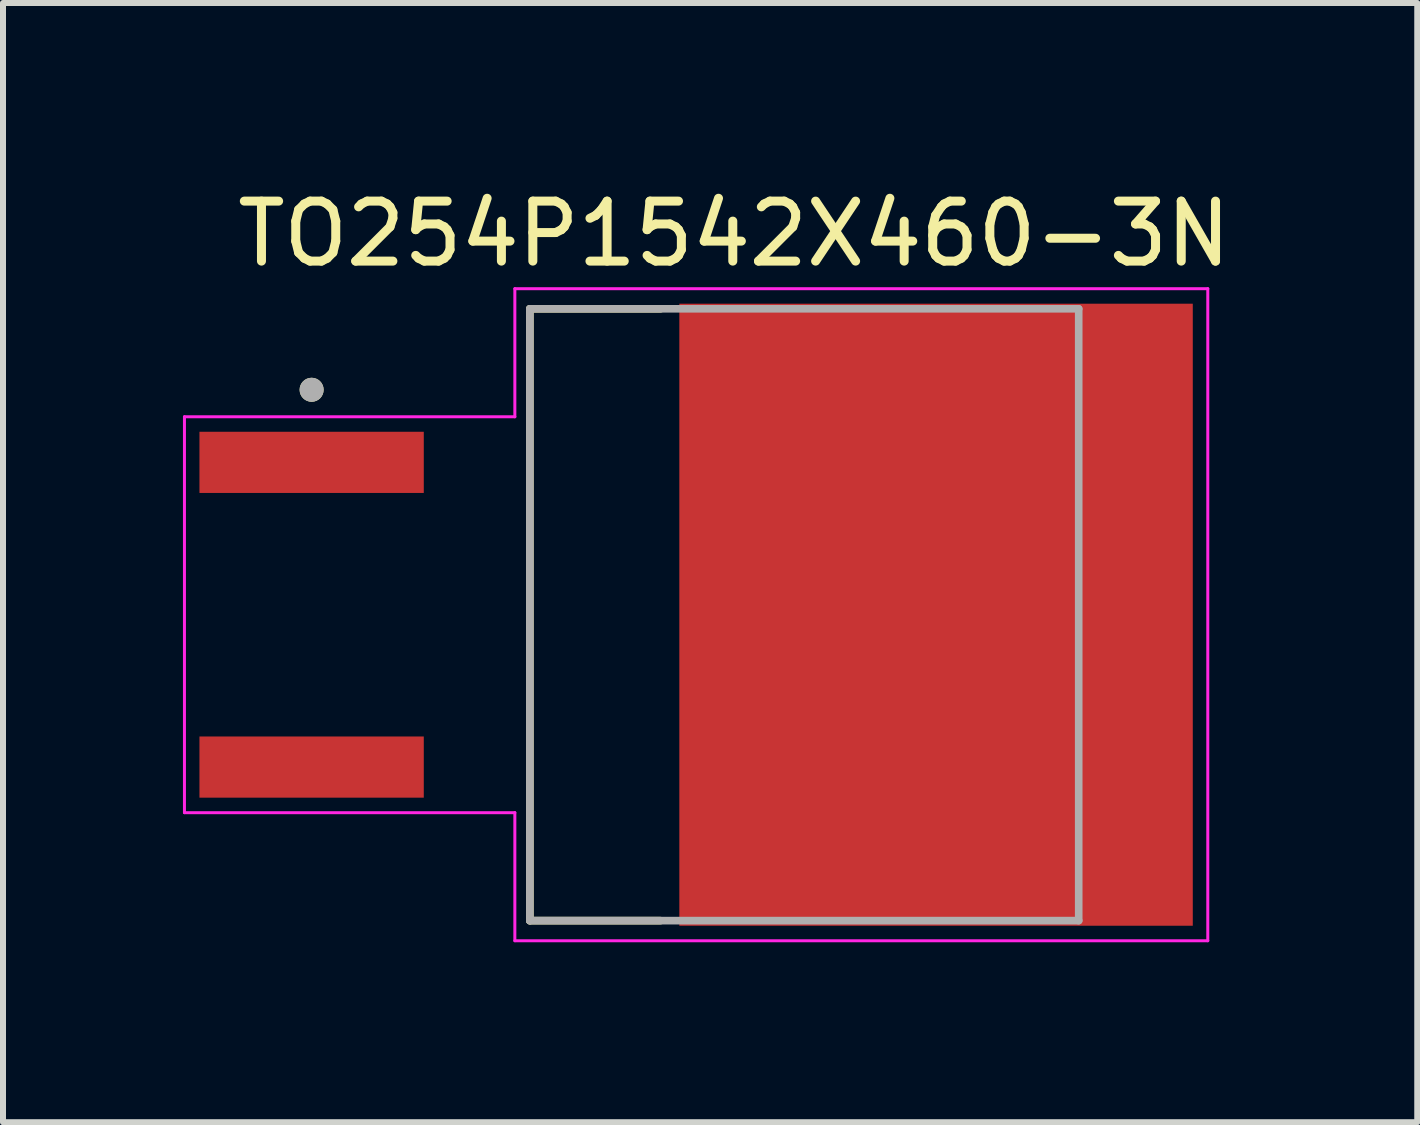
<source format=kicad_pcb>
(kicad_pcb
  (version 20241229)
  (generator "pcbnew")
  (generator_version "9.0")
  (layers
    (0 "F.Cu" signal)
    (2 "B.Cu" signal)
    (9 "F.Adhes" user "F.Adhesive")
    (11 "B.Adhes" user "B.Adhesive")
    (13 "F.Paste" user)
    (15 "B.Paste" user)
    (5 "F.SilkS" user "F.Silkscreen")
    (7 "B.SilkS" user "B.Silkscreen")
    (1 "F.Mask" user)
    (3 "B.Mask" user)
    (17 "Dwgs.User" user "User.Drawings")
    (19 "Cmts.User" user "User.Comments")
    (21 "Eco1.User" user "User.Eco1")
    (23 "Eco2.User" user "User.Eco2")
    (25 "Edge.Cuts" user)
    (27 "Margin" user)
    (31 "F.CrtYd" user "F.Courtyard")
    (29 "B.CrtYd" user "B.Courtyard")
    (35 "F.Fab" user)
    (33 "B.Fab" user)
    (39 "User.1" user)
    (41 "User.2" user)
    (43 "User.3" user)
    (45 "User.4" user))
  (footprint "TO254P1542X460-3N"
    (layer "F.Cu")
    (at 8.555 7.198)
    (property "Reference" "TO254P1542X460-3N" (at 0.635 -6.35 0) (layer "F.SilkS") (effects (font (size 1 1) (thickness 0.15))))
    (attr smd)
    (fp_line (start -2.772 -5.1) (end -0.594 -5.1) (stroke (width 0.127) (type solid)) (layer "F.SilkS"))
    (fp_line (start -2.772 5.1) (end -2.772 -5.1) (stroke (width 0.127) (type solid)) (layer "F.SilkS"))
    (fp_line (start -2.772 5.1) (end -0.594 5.1) (stroke (width 0.127) (type solid)) (layer "F.SilkS"))
    (fp_circle (center -6.41 -3.75) (end -6.31 -3.75) (stroke (width 0.2) (type solid)) (fill no) (layer "F.SilkS"))
    (fp_poly (pts (xy 0.15 -4.855) (xy 1.43 -4.855) (xy 1.43 -3.465) (xy 0.15 -3.465)) (stroke (width 0.01) (type solid)) (fill yes) (layer "F.Paste"))
    (fp_poly (pts (xy 0.15 -2.775) (xy 1.43 -2.775) (xy 1.43 -1.385) (xy 0.15 -1.385)) (stroke (width 0.01) (type solid)) (fill yes) (layer "F.Paste"))
    (fp_poly (pts (xy 0.15 -0.695) (xy 1.43 -0.695) (xy 1.43 0.695) (xy 0.15 0.695)) (stroke (width 0.01) (type solid)) (fill yes) (layer "F.Paste"))
    (fp_poly (pts (xy 0.15 1.385) (xy 1.43 1.385) (xy 1.43 2.775) (xy 0.15 2.775)) (stroke (width 0.01) (type solid)) (fill yes) (layer "F.Paste"))
    (fp_poly (pts (xy 0.15 3.465) (xy 1.43 3.465) (xy 1.43 4.855) (xy 0.15 4.855)) (stroke (width 0.01) (type solid)) (fill yes) (layer "F.Paste"))
    (fp_poly (pts (xy 2.29 -4.855) (xy 3.57 -4.855) (xy 3.57 -3.465) (xy 2.29 -3.465)) (stroke (width 0.01) (type solid)) (fill yes) (layer "F.Paste"))
    (fp_poly (pts (xy 2.29 -2.775) (xy 3.57 -2.775) (xy 3.57 -1.385) (xy 2.29 -1.385)) (stroke (width 0.01) (type solid)) (fill yes) (layer "F.Paste"))
    (fp_poly (pts (xy 2.29 -0.695) (xy 3.57 -0.695) (xy 3.57 0.695) (xy 2.29 0.695)) (stroke (width 0.01) (type solid)) (fill yes) (layer "F.Paste"))
    (fp_poly (pts (xy 2.29 1.385) (xy 3.57 1.385) (xy 3.57 2.775) (xy 2.29 2.775)) (stroke (width 0.01) (type solid)) (fill yes) (layer "F.Paste"))
    (fp_poly (pts (xy 2.29 3.465) (xy 3.57 3.465) (xy 3.57 4.855) (xy 2.29 4.855)) (stroke (width 0.01) (type solid)) (fill yes) (layer "F.Paste"))
    (fp_poly (pts (xy 4.43 -4.855) (xy 5.71 -4.855) (xy 5.71 -3.465) (xy 4.43 -3.465)) (stroke (width 0.01) (type solid)) (fill yes) (layer "F.Paste"))
    (fp_poly (pts (xy 4.43 -2.775) (xy 5.71 -2.775) (xy 5.71 -1.385) (xy 4.43 -1.385)) (stroke (width 0.01) (type solid)) (fill yes) (layer "F.Paste"))
    (fp_poly (pts (xy 4.43 -0.695) (xy 5.71 -0.695) (xy 5.71 0.695) (xy 4.43 0.695)) (stroke (width 0.01) (type solid)) (fill yes) (layer "F.Paste"))
    (fp_poly (pts (xy 4.43 1.385) (xy 5.71 1.385) (xy 5.71 2.775) (xy 4.43 2.775)) (stroke (width 0.01) (type solid)) (fill yes) (layer "F.Paste"))
    (fp_poly (pts (xy 4.43 3.465) (xy 5.71 3.465) (xy 5.71 4.855) (xy 4.43 4.855)) (stroke (width 0.01) (type solid)) (fill yes) (layer "F.Paste"))
    (fp_poly (pts (xy 6.57 -4.855) (xy 7.85 -4.855) (xy 7.85 -3.465) (xy 6.57 -3.465)) (stroke (width 0.01) (type solid)) (fill yes) (layer "F.Paste"))
    (fp_poly (pts (xy 6.57 -2.775) (xy 7.85 -2.775) (xy 7.85 -1.385) (xy 6.57 -1.385)) (stroke (width 0.01) (type solid)) (fill yes) (layer "F.Paste"))
    (fp_poly (pts (xy 6.57 -0.695) (xy 7.85 -0.695) (xy 7.85 0.695) (xy 6.57 0.695)) (stroke (width 0.01) (type solid)) (fill yes) (layer "F.Paste"))
    (fp_poly (pts (xy 6.57 1.385) (xy 7.85 1.385) (xy 7.85 2.775) (xy 6.57 2.775)) (stroke (width 0.01) (type solid)) (fill yes) (layer "F.Paste"))
    (fp_poly (pts (xy 6.57 3.465) (xy 7.85 3.465) (xy 7.85 4.855) (xy 6.57 4.855)) (stroke (width 0.01) (type solid)) (fill yes) (layer "F.Paste"))
    (fp_line (start -8.53 -3.3) (end -3.022 -3.3) (stroke (width 0.05) (type solid)) (layer "F.CrtYd"))
    (fp_line (start -8.53 3.3) (end -8.53 -3.3) (stroke (width 0.05) (type solid)) (layer "F.CrtYd"))
    (fp_line (start -3.022 -5.435) (end 8.53 -5.435) (stroke (width 0.05) (type solid)) (layer "F.CrtYd"))
    (fp_line (start -3.022 -3.3) (end -3.022 -5.435) (stroke (width 0.05) (type solid)) (layer "F.CrtYd"))
    (fp_line (start -3.022 3.3) (end -8.53 3.3) (stroke (width 0.05) (type solid)) (layer "F.CrtYd"))
    (fp_line (start -3.022 5.435) (end -3.022 3.3) (stroke (width 0.05) (type solid)) (layer "F.CrtYd"))
    (fp_line (start 8.53 -5.435) (end 8.53 5.435) (stroke (width 0.05) (type solid)) (layer "F.CrtYd"))
    (fp_line (start 8.53 5.435) (end -3.022 5.435) (stroke (width 0.05) (type solid)) (layer "F.CrtYd"))
    (fp_line (start -2.772 -5.1) (end 6.378 -5.1) (stroke (width 0.127) (type solid)) (layer "F.Fab"))
    (fp_line (start -2.772 5.1) (end -2.772 -5.1) (stroke (width 0.127) (type solid)) (layer "F.Fab"))
    (fp_line (start 6.378 -5.1) (end 6.378 5.1) (stroke (width 0.127) (type solid)) (layer "F.Fab"))
    (fp_line (start 6.378 5.1) (end -2.772 5.1) (stroke (width 0.127) (type solid)) (layer "F.Fab"))
    (fp_circle (center -6.41 -3.75) (end -6.31 -3.75) (stroke (width 0.2) (type solid)) (fill no) (layer "F.Fab"))
    (pad "1" smd rect (at -6.41 -2.54) (size 3.74 1.02) (layers "F.Cu" "F.Mask" "F.Paste"))
    (pad "2" smd rect (at -6.41 2.54) (size 3.74 1.02) (layers "F.Cu" "F.Mask" "F.Paste"))
    (pad "3" smd rect (at 4 0) (size 8.56 10.37) (layers "F.Cu" "F.Mask")))
  (gr_rect
    (start -3 -3)
    (end 20.577 15.658)
    (stroke (width 0.1) (type default))
    (fill no)
    (layer "Edge.Cuts")))
</source>
